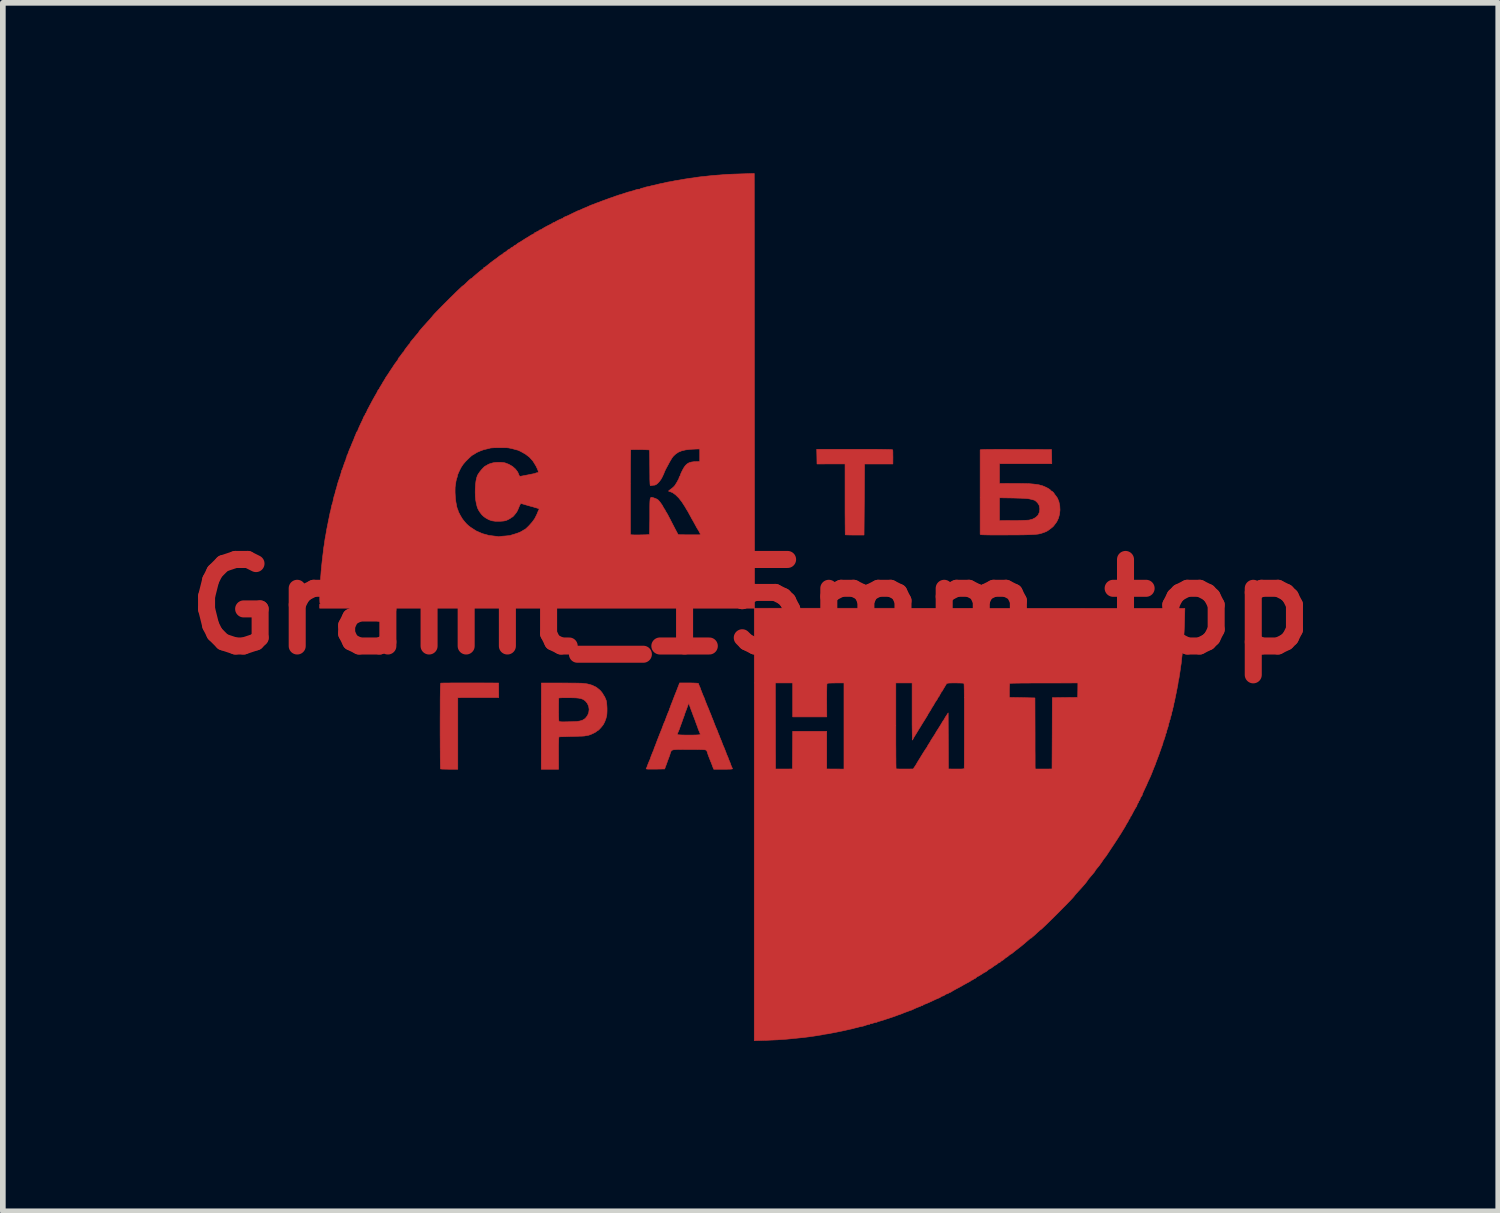
<source format=kicad_pcb>
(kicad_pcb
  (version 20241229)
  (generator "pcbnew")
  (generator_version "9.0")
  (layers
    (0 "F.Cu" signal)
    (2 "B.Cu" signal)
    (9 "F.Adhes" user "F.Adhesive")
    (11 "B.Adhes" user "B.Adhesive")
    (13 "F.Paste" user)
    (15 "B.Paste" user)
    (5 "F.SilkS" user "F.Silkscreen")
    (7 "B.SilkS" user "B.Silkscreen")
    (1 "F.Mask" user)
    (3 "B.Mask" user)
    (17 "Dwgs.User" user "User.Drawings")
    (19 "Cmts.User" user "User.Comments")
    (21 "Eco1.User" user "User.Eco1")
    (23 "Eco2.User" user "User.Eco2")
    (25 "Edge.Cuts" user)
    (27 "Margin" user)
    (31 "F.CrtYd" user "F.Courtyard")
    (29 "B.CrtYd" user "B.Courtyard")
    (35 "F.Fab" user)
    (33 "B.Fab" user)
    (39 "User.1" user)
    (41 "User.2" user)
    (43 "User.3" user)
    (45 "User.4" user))
  (footprint "Granit_15mm_top"
    (layer "F.Cu")
    (at 10.167 7.637)
    (property "Reference" "Granit_15mm_top" (at 0 0 0) (layer "F.Cu") (effects (font (size 1.524 1.524) (thickness 0.3))))
    (attr through_hole)
    (fp_poly (pts (xy -3.791 -6.59) (xy -3.796 -6.585) (xy -3.801 -6.59) (xy -3.796 -6.595) (xy -3.791 -6.59)) (stroke (width 0.01) (type solid)) (fill yes) (layer "F.Cu"))
    (fp_poly (pts (xy 4.958 5.828) (xy 4.953 5.833) (xy 4.948 5.828) (xy 4.953 5.823) (xy 4.958 5.828)) (stroke (width 0.01) (type solid)) (fill yes) (layer "F.Cu"))
    (fp_poly (pts (xy 1.967 -2.775) (xy 2.082 -2.775) (xy 2.181 -2.775) (xy 2.265 -2.774) (xy 2.334 -2.773) (xy 2.389 -2.772) (xy 2.433 -2.771) (xy 2.465 -2.77) (xy 2.487 -2.768) (xy 2.499 -2.766) (xy 2.504 -2.764) (xy 2.504 -2.763) (xy 2.506 -2.75) (xy 2.507 -2.722) (xy 2.507 -2.683) (xy 2.508 -2.637) (xy 2.508 -2.634) (xy 2.507 -2.516) (xy 2.008 -2.516) (xy 2.004 -1.891) (xy 1.999 -1.265) (xy 1.836 -1.265) (xy 1.783 -1.265) (xy 1.736 -1.266) (xy 1.7 -1.267) (xy 1.676 -1.268) (xy 1.669 -1.269) (xy 1.668 -1.279) (xy 1.668 -1.306) (xy 1.667 -1.349) (xy 1.667 -1.406) (xy 1.666 -1.475) (xy 1.666 -1.556) (xy 1.665 -1.646) (xy 1.665 -1.743) (xy 1.665 -1.848) (xy 1.665 -1.895) (xy 1.665 -2.517) (xy 1.418 -2.517) (xy 1.171 -2.516) (xy 1.169 -2.646) (xy 1.166 -2.775) (xy 1.833 -2.775) (xy 1.967 -2.775)) (stroke (width 0.01) (type solid)) (fill yes) (layer "F.Cu"))
    (fp_poly (pts (xy -4.939 1.34) (xy -4.436 1.341) (xy -4.435 1.469) (xy -4.434 1.598) (xy -4.769 1.598) (xy -4.847 1.598) (xy -4.921 1.598) (xy -4.987 1.598) (xy -5.043 1.598) (xy -5.087 1.598) (xy -5.117 1.599) (xy -5.129 1.599) (xy -5.155 1.599) (xy -5.155 2.86) (xy -5.304 2.86) (xy -5.355 2.859) (xy -5.4 2.858) (xy -5.434 2.857) (xy -5.455 2.855) (xy -5.459 2.854) (xy -5.46 2.843) (xy -5.461 2.816) (xy -5.462 2.772) (xy -5.463 2.714) (xy -5.464 2.643) (xy -5.464 2.56) (xy -5.465 2.467) (xy -5.465 2.365) (xy -5.466 2.256) (xy -5.466 2.141) (xy -5.466 2.097) (xy -5.466 1.955) (xy -5.465 1.831) (xy -5.465 1.724) (xy -5.465 1.632) (xy -5.464 1.555) (xy -5.463 1.492) (xy -5.462 1.442) (xy -5.461 1.403) (xy -5.459 1.375) (xy -5.458 1.356) (xy -5.456 1.346) (xy -5.454 1.343) (xy -5.443 1.343) (xy -5.414 1.342) (xy -5.37 1.341) (xy -5.313 1.341) (xy -5.244 1.34) (xy -5.165 1.34) (xy -5.078 1.34) (xy -4.985 1.34) (xy -4.939 1.34)) (stroke (width 0.01) (type solid)) (fill yes) (layer "F.Cu"))
    (fp_poly (pts (xy -3.373 1.341) (xy -3.293 1.342) (xy -3.217 1.342) (xy -3.145 1.343) (xy -3.081 1.343) (xy -3.029 1.344) (xy -2.991 1.345) (xy -2.979 1.345) (xy -2.878 1.356) (xy -2.79 1.38) (xy -2.714 1.417) (xy -2.651 1.469) (xy -2.633 1.488) (xy -2.614 1.512) (xy -2.601 1.531) (xy -2.597 1.538) (xy -2.59 1.553) (xy -2.583 1.562) (xy -2.569 1.583) (xy -2.558 1.608) (xy -2.555 1.618) (xy -2.55 1.629) (xy -2.548 1.632) (xy -2.54 1.653) (xy -2.534 1.689) (xy -2.53 1.734) (xy -2.527 1.784) (xy -2.527 1.835) (xy -2.529 1.881) (xy -2.532 1.911) (xy -2.546 1.967) (xy -2.567 2.024) (xy -2.593 2.074) (xy -2.606 2.091) (xy -2.635 2.127) (xy -2.662 2.156) (xy -2.684 2.176) (xy -2.696 2.183) (xy -2.708 2.187) (xy -2.709 2.191) (xy -2.717 2.199) (xy -2.739 2.212) (xy -2.768 2.227) (xy -2.801 2.242) (xy -2.834 2.255) (xy -2.86 2.263) (xy -2.865 2.263) (xy -2.894 2.268) (xy -2.918 2.273) (xy -2.921 2.274) (xy -2.936 2.275) (xy -2.966 2.277) (xy -3.009 2.278) (xy -3.062 2.28) (xy -3.123 2.282) (xy -3.151 2.282) (xy -3.213 2.284) (xy -3.268 2.286) (xy -3.315 2.287) (xy -3.349 2.288) (xy -3.369 2.29) (xy -3.373 2.29) (xy -3.375 2.3) (xy -3.378 2.329) (xy -3.379 2.374) (xy -3.381 2.437) (xy -3.381 2.515) (xy -3.381 2.576) (xy -3.38 2.86) (xy -3.685 2.86) (xy -3.684 1.887) (xy -3.381 1.887) (xy -3.379 1.947) (xy -3.377 1.989) (xy -3.374 2.012) (xy -3.372 2.017) (xy -3.358 2.022) (xy -3.331 2.025) (xy -3.297 2.026) (xy -3.297 2.026) (xy -3.258 2.025) (xy -3.209 2.024) (xy -3.157 2.023) (xy -3.128 2.022) (xy -3.058 2.019) (xy -3.003 2.01) (xy -2.96 1.997) (xy -2.925 1.976) (xy -2.908 1.963) (xy -2.871 1.916) (xy -2.849 1.863) (xy -2.842 1.807) (xy -2.85 1.751) (xy -2.874 1.699) (xy -2.904 1.662) (xy -2.928 1.642) (xy -2.954 1.627) (xy -2.985 1.616) (xy -3.024 1.608) (xy -3.073 1.603) (xy -3.135 1.601) (xy -3.201 1.6) (xy -3.257 1.6) (xy -3.305 1.6) (xy -3.343 1.602) (xy -3.368 1.604) (xy -3.378 1.606) (xy -3.378 1.606) (xy -3.378 1.617) (xy -3.379 1.644) (xy -3.379 1.685) (xy -3.38 1.735) (xy -3.38 1.792) (xy -3.38 1.81) (xy -3.381 1.887) (xy -3.684 1.887) (xy -3.683 1.341) (xy -3.373 1.341)) (stroke (width 0.01) (type solid)) (fill yes) (layer "F.Cu"))
    (fp_poly (pts (xy 4.448 -2.774) (xy 4.562 -2.773) (xy 4.673 -2.773) (xy 5.301 -2.77) (xy 5.304 -2.646) (xy 5.306 -2.521) (xy 4.384 -2.521) (xy 4.384 -2.173) (xy 4.621 -2.172) (xy 4.689 -2.172) (xy 4.752 -2.172) (xy 4.809 -2.171) (xy 4.855 -2.17) (xy 4.888 -2.169) (xy 4.901 -2.169) (xy 4.942 -2.166) (xy 4.985 -2.162) (xy 5.026 -2.157) (xy 5.06 -2.152) (xy 5.084 -2.148) (xy 5.094 -2.145) (xy 5.094 -2.145) (xy 5.102 -2.142) (xy 5.11 -2.14) (xy 5.142 -2.132) (xy 5.178 -2.117) (xy 5.215 -2.1) (xy 5.248 -2.082) (xy 5.273 -2.065) (xy 5.286 -2.052) (xy 5.287 -2.049) (xy 5.294 -2.042) (xy 5.297 -2.041) (xy 5.31 -2.035) (xy 5.328 -2.02) (xy 5.33 -2.018) (xy 5.344 -2.003) (xy 5.349 -1.995) (xy 5.348 -1.994) (xy 5.35 -1.988) (xy 5.362 -1.974) (xy 5.367 -1.968) (xy 5.405 -1.916) (xy 5.431 -1.852) (xy 5.446 -1.781) (xy 5.45 -1.706) (xy 5.442 -1.631) (xy 5.423 -1.561) (xy 5.393 -1.498) (xy 5.377 -1.476) (xy 5.358 -1.451) (xy 5.343 -1.431) (xy 5.328 -1.413) (xy 5.301 -1.391) (xy 5.269 -1.366) (xy 5.237 -1.343) (xy 5.215 -1.33) (xy 5.19 -1.319) (xy 5.155 -1.306) (xy 5.118 -1.294) (xy 5.086 -1.286) (xy 5.079 -1.284) (xy 5.051 -1.28) (xy 5.018 -1.277) (xy 4.979 -1.274) (xy 4.931 -1.272) (xy 4.874 -1.27) (xy 4.804 -1.268) (xy 4.721 -1.267) (xy 4.623 -1.267) (xy 4.508 -1.266) (xy 4.485 -1.266) (xy 4.382 -1.266) (xy 4.296 -1.266) (xy 4.225 -1.266) (xy 4.169 -1.267) (xy 4.126 -1.268) (xy 4.093 -1.269) (xy 4.07 -1.27) (xy 4.056 -1.273) (xy 4.048 -1.275) (xy 4.045 -1.278) (xy 4.044 -1.279) (xy 4.044 -1.291) (xy 4.044 -1.32) (xy 4.044 -1.364) (xy 4.044 -1.421) (xy 4.044 -1.49) (xy 4.044 -1.519) (xy 4.384 -1.519) (xy 4.621 -1.52) (xy 4.689 -1.52) (xy 4.753 -1.521) (xy 4.811 -1.523) (xy 4.858 -1.525) (xy 4.892 -1.527) (xy 4.906 -1.528) (xy 4.966 -1.544) (xy 5.018 -1.571) (xy 5.058 -1.607) (xy 5.067 -1.62) (xy 5.089 -1.67) (xy 5.095 -1.725) (xy 5.086 -1.778) (xy 5.081 -1.792) (xy 5.062 -1.823) (xy 5.037 -1.851) (xy 5.012 -1.872) (xy 4.995 -1.88) (xy 4.98 -1.884) (xy 4.953 -1.891) (xy 4.93 -1.897) (xy 4.906 -1.902) (xy 4.872 -1.907) (xy 4.827 -1.91) (xy 4.769 -1.913) (xy 4.696 -1.915) (xy 4.631 -1.917) (xy 4.384 -1.921) (xy 4.384 -1.519) (xy 4.044 -1.519) (xy 4.044 -1.57) (xy 4.044 -1.657) (xy 4.044 -1.751) (xy 4.044 -1.85) (xy 4.044 -1.951) (xy 4.044 -2.054) (xy 4.044 -2.156) (xy 4.044 -2.256) (xy 4.044 -2.352) (xy 4.044 -2.442) (xy 4.044 -2.524) (xy 4.044 -2.597) (xy 4.044 -2.659) (xy 4.044 -2.709) (xy 4.044 -2.743) (xy 4.044 -2.761) (xy 4.044 -2.763) (xy 4.048 -2.766) (xy 4.059 -2.768) (xy 4.079 -2.77) (xy 4.109 -2.771) (xy 4.151 -2.772) (xy 4.204 -2.773) (xy 4.27 -2.773) (xy 4.352 -2.774) (xy 4.448 -2.774)) (stroke (width 0.01) (type solid)) (fill yes) (layer "F.Cu"))
    (fp_poly (pts (xy -1.083 1.34) (xy -1.02 1.341) (xy -0.971 1.343) (xy -0.937 1.345) (xy -0.919 1.348) (xy -0.917 1.35) (xy -0.913 1.364) (xy -0.904 1.387) (xy -0.899 1.397) (xy -0.888 1.422) (xy -0.881 1.441) (xy -0.88 1.444) (xy -0.875 1.46) (xy -0.865 1.485) (xy -0.854 1.514) (xy -0.85 1.524) (xy -0.844 1.539) (xy -0.842 1.543) (xy -0.838 1.554) (xy -0.829 1.575) (xy -0.824 1.585) (xy -0.813 1.61) (xy -0.806 1.629) (xy -0.805 1.632) (xy -0.8 1.648) (xy -0.79 1.674) (xy -0.778 1.703) (xy -0.774 1.712) (xy -0.768 1.727) (xy -0.767 1.731) (xy -0.763 1.742) (xy -0.753 1.763) (xy -0.749 1.773) (xy -0.738 1.799) (xy -0.731 1.817) (xy -0.73 1.82) (xy -0.725 1.834) (xy -0.715 1.858) (xy -0.711 1.867) (xy -0.7 1.893) (xy -0.693 1.911) (xy -0.692 1.914) (xy -0.687 1.928) (xy -0.678 1.952) (xy -0.673 1.961) (xy -0.663 1.987) (xy -0.656 2.005) (xy -0.654 2.008) (xy -0.649 2.024) (xy -0.639 2.05) (xy -0.628 2.079) (xy -0.624 2.088) (xy -0.618 2.104) (xy -0.616 2.107) (xy -0.612 2.118) (xy -0.603 2.139) (xy -0.598 2.15) (xy -0.587 2.175) (xy -0.58 2.193) (xy -0.579 2.197) (xy -0.574 2.211) (xy -0.565 2.234) (xy -0.561 2.244) (xy -0.55 2.269) (xy -0.543 2.287) (xy -0.542 2.291) (xy -0.537 2.305) (xy -0.527 2.328) (xy -0.523 2.338) (xy -0.512 2.363) (xy -0.505 2.381) (xy -0.504 2.385) (xy -0.499 2.399) (xy -0.49 2.423) (xy -0.475 2.459) (xy -0.47 2.469) (xy -0.454 2.508) (xy -0.441 2.542) (xy -0.431 2.566) (xy -0.428 2.578) (xy -0.424 2.588) (xy -0.415 2.61) (xy -0.41 2.62) (xy -0.399 2.645) (xy -0.392 2.663) (xy -0.391 2.667) (xy -0.386 2.681) (xy -0.377 2.704) (xy -0.372 2.714) (xy -0.362 2.739) (xy -0.354 2.758) (xy -0.353 2.761) (xy -0.346 2.784) (xy -0.334 2.814) (xy -0.322 2.839) (xy -0.32 2.843) (xy -0.317 2.849) (xy -0.32 2.854) (xy -0.33 2.856) (xy -0.349 2.858) (xy -0.38 2.859) (xy -0.426 2.86) (xy -0.479 2.86) (xy -0.647 2.86) (xy -0.66 2.829) (xy -0.668 2.808) (xy -0.673 2.795) (xy -0.673 2.794) (xy -0.677 2.783) (xy -0.686 2.76) (xy -0.696 2.734) (xy -0.703 2.719) (xy -0.709 2.704) (xy -0.71 2.7) (xy -0.715 2.688) (xy -0.718 2.681) (xy -0.727 2.657) (xy -0.739 2.627) (xy -0.75 2.596) (xy -0.758 2.57) (xy -0.763 2.554) (xy -0.763 2.552) (xy -0.769 2.54) (xy -0.778 2.528) (xy -0.784 2.524) (xy -0.792 2.52) (xy -0.806 2.517) (xy -0.827 2.515) (xy -0.857 2.514) (xy -0.898 2.513) (xy -0.953 2.512) (xy -1.022 2.512) (xy -1.088 2.512) (xy -1.171 2.512) (xy -1.237 2.511) (xy -1.289 2.512) (xy -1.328 2.514) (xy -1.357 2.517) (xy -1.377 2.523) (xy -1.39 2.532) (xy -1.4 2.544) (xy -1.407 2.561) (xy -1.414 2.582) (xy -1.421 2.607) (xy -1.433 2.641) (xy -1.445 2.672) (xy -1.452 2.691) (xy -1.46 2.712) (xy -1.464 2.723) (xy -1.468 2.736) (xy -1.478 2.762) (xy -1.489 2.794) (xy -1.49 2.794) (xy -1.512 2.855) (xy -1.68 2.858) (xy -1.741 2.858) (xy -1.785 2.858) (xy -1.815 2.857) (xy -1.832 2.855) (xy -1.838 2.852) (xy -1.837 2.848) (xy -1.828 2.832) (xy -1.818 2.806) (xy -1.816 2.799) (xy -1.804 2.767) (xy -1.789 2.731) (xy -1.784 2.719) (xy -1.773 2.694) (xy -1.765 2.676) (xy -1.764 2.672) (xy -1.76 2.658) (xy -1.751 2.632) (xy -1.739 2.602) (xy -1.727 2.571) (xy -1.717 2.548) (xy -1.712 2.538) (xy -1.704 2.52) (xy -1.703 2.513) (xy -1.699 2.5) (xy -1.691 2.477) (xy -1.687 2.468) (xy -1.677 2.445) (xy -1.671 2.429) (xy -1.67 2.427) (xy -1.667 2.417) (xy -1.658 2.394) (xy -1.646 2.361) (xy -1.631 2.323) (xy -1.616 2.284) (xy -1.601 2.247) (xy -1.601 2.246) (xy -1.289 2.246) (xy -1.284 2.25) (xy -1.27 2.253) (xy -1.244 2.255) (xy -1.205 2.257) (xy -1.15 2.258) (xy -1.087 2.258) (xy -1.016 2.258) (xy -0.963 2.257) (xy -0.926 2.255) (xy -0.901 2.253) (xy -0.888 2.25) (xy -0.885 2.246) (xy -0.888 2.231) (xy -0.898 2.206) (xy -0.904 2.192) (xy -0.915 2.167) (xy -0.922 2.149) (xy -0.924 2.145) (xy -0.925 2.139) (xy -0.928 2.129) (xy -0.935 2.11) (xy -0.947 2.078) (xy -0.952 2.065) (xy -0.963 2.035) (xy -0.971 2.013) (xy -0.974 2.004) (xy -0.978 1.992) (xy -0.981 1.985) (xy -0.987 1.969) (xy -0.997 1.943) (xy -1.009 1.913) (xy -1.019 1.884) (xy -1.027 1.862) (xy -1.031 1.853) (xy -1.035 1.842) (xy -1.038 1.834) (xy -1.044 1.819) (xy -1.054 1.791) (xy -1.066 1.758) (xy -1.066 1.756) (xy -1.078 1.724) (xy -1.086 1.707) (xy -1.091 1.705) (xy -1.096 1.713) (xy -1.096 1.714) (xy -1.102 1.732) (xy -1.104 1.74) (xy -1.11 1.755) (xy -1.12 1.782) (xy -1.131 1.813) (xy -1.143 1.842) (xy -1.151 1.865) (xy -1.154 1.872) (xy -1.161 1.893) (xy -1.163 1.899) (xy -1.168 1.918) (xy -1.172 1.927) (xy -1.179 1.946) (xy -1.182 1.952) (xy -1.186 1.965) (xy -1.195 1.99) (xy -1.207 2.025) (xy -1.213 2.041) (xy -1.229 2.085) (xy -1.24 2.115) (xy -1.246 2.133) (xy -1.249 2.142) (xy -1.25 2.146) (xy -1.25 2.147) (xy -1.25 2.147) (xy -1.254 2.156) (xy -1.263 2.177) (xy -1.269 2.192) (xy -1.281 2.219) (xy -1.288 2.24) (xy -1.289 2.246) (xy -1.601 2.246) (xy -1.589 2.217) (xy -1.585 2.206) (xy -1.578 2.189) (xy -1.576 2.183) (xy -1.571 2.171) (xy -1.57 2.168) (xy -1.563 2.154) (xy -1.555 2.13) (xy -1.552 2.122) (xy -1.54 2.09) (xy -1.526 2.053) (xy -1.521 2.042) (xy -1.509 2.016) (xy -1.502 1.999) (xy -1.501 1.994) (xy -1.496 1.982) (xy -1.487 1.957) (xy -1.475 1.925) (xy -1.463 1.893) (xy -1.451 1.864) (xy -1.444 1.847) (xy -1.434 1.826) (xy -1.43 1.813) (xy -1.43 1.812) (xy -1.427 1.801) (xy -1.419 1.781) (xy -1.41 1.759) (xy -1.406 1.745) (xy -1.402 1.734) (xy -1.392 1.708) (xy -1.377 1.671) (xy -1.36 1.626) (xy -1.348 1.595) (xy -1.327 1.541) (xy -1.306 1.489) (xy -1.288 1.443) (xy -1.275 1.408) (xy -1.27 1.397) (xy -1.249 1.34) (xy -1.083 1.34)) (stroke (width 0.01) (type solid)) (fill yes) (layer "F.Cu"))
    (fp_poly (pts (xy 0.068 -3.804) (xy 0.071 0.024) (xy 3.786 0.025) (xy 4.051 0.026) (xy 4.31 0.026) (xy 4.565 0.026) (xy 4.813 0.026) (xy 5.056 0.026) (xy 5.291 0.026) (xy 5.518 0.026) (xy 5.737 0.026) (xy 5.947 0.027) (xy 6.148 0.027) (xy 6.338 0.027) (xy 6.517 0.027) (xy 6.684 0.027) (xy 6.839 0.027) (xy 6.981 0.027) (xy 7.11 0.027) (xy 7.224 0.027) (xy 7.324 0.027) (xy 7.408 0.028) (xy 7.476 0.028) (xy 7.527 0.028) (xy 7.56 0.028) (xy 7.575 0.028) (xy 7.575 0.028) (xy 7.649 0.028) (xy 7.644 0.214) (xy 7.642 0.277) (xy 7.64 0.338) (xy 7.638 0.393) (xy 7.636 0.439) (xy 7.634 0.468) (xy 7.631 0.511) (xy 7.627 0.555) (xy 7.625 0.586) (xy 7.621 0.636) (xy 7.616 0.696) (xy 7.61 0.759) (xy 7.604 0.82) (xy 7.598 0.872) (xy 7.595 0.894) (xy 7.591 0.929) (xy 7.588 0.962) (xy 7.587 0.969) (xy 7.584 1.001) (xy 7.579 1.03) (xy 7.574 1.058) (xy 7.57 1.092) (xy 7.569 1.101) (xy 7.565 1.131) (xy 7.561 1.156) (xy 7.56 1.162) (xy 7.557 1.182) (xy 7.552 1.212) (xy 7.55 1.227) (xy 7.546 1.255) (xy 7.541 1.275) (xy 7.54 1.28) (xy 7.536 1.293) (xy 7.532 1.317) (xy 7.531 1.328) (xy 7.527 1.359) (xy 7.522 1.387) (xy 7.521 1.392) (xy 7.515 1.421) (xy 7.512 1.439) (xy 7.506 1.468) (xy 7.502 1.486) (xy 7.497 1.516) (xy 7.493 1.533) (xy 7.487 1.563) (xy 7.484 1.58) (xy 7.477 1.611) (xy 7.47 1.647) (xy 7.466 1.67) (xy 7.46 1.687) (xy 7.459 1.689) (xy 7.455 1.706) (xy 7.455 1.712) (xy 7.453 1.73) (xy 7.446 1.756) (xy 7.445 1.762) (xy 7.438 1.784) (xy 7.436 1.796) (xy 7.437 1.797) (xy 7.436 1.805) (xy 7.431 1.824) (xy 7.427 1.834) (xy 7.42 1.857) (xy 7.417 1.871) (xy 7.418 1.872) (xy 7.417 1.88) (xy 7.411 1.901) (xy 7.404 1.924) (xy 7.395 1.951) (xy 7.391 1.97) (xy 7.391 1.976) (xy 7.391 1.981) (xy 7.385 1.99) (xy 7.378 2.001) (xy 7.379 2.004) (xy 7.379 2.012) (xy 7.374 2.031) (xy 7.371 2.041) (xy 7.363 2.064) (xy 7.361 2.078) (xy 7.361 2.079) (xy 7.36 2.087) (xy 7.354 2.109) (xy 7.344 2.139) (xy 7.342 2.145) (xy 7.332 2.176) (xy 7.326 2.2) (xy 7.325 2.21) (xy 7.325 2.211) (xy 7.325 2.216) (xy 7.321 2.223) (xy 7.312 2.237) (xy 7.31 2.241) (xy 7.309 2.251) (xy 7.307 2.261) (xy 7.305 2.27) (xy 7.298 2.294) (xy 7.295 2.303) (xy 7.287 2.327) (xy 7.284 2.337) (xy 7.276 2.359) (xy 7.271 2.368) (xy 7.264 2.378) (xy 7.266 2.38) (xy 7.266 2.388) (xy 7.261 2.408) (xy 7.252 2.436) (xy 7.241 2.465) (xy 7.237 2.474) (xy 7.23 2.495) (xy 7.229 2.501) (xy 7.223 2.52) (xy 7.219 2.529) (xy 7.212 2.546) (xy 7.21 2.552) (xy 7.206 2.564) (xy 7.202 2.576) (xy 7.201 2.578) (xy 7.197 2.591) (xy 7.197 2.592) (xy 7.192 2.603) (xy 7.187 2.618) (xy 7.184 2.625) (xy 7.178 2.641) (xy 7.168 2.667) (xy 7.157 2.697) (xy 7.146 2.726) (xy 7.138 2.747) (xy 7.135 2.756) (xy 7.131 2.768) (xy 7.123 2.79) (xy 7.112 2.815) (xy 7.105 2.832) (xy 7.099 2.847) (xy 7.098 2.85) (xy 7.093 2.863) (xy 7.084 2.885) (xy 7.075 2.909) (xy 7.068 2.926) (xy 7.062 2.941) (xy 7.06 2.945) (xy 7.053 2.964) (xy 7.039 2.996) (xy 7.02 3.037) (xy 7.012 3.053) (xy 6.999 3.082) (xy 6.989 3.104) (xy 6.985 3.114) (xy 6.981 3.124) (xy 6.971 3.147) (xy 6.956 3.177) (xy 6.953 3.184) (xy 6.928 3.238) (xy 6.91 3.277) (xy 6.901 3.301) (xy 6.898 3.314) (xy 6.898 3.315) (xy 6.894 3.324) (xy 6.885 3.336) (xy 6.866 3.366) (xy 6.858 3.394) (xy 6.851 3.406) (xy 6.842 3.417) (xy 6.833 3.43) (xy 6.834 3.434) (xy 6.835 3.44) (xy 6.828 3.45) (xy 6.815 3.469) (xy 6.806 3.489) (xy 6.804 3.502) (xy 6.804 3.503) (xy 6.801 3.512) (xy 6.794 3.521) (xy 6.783 3.537) (xy 6.767 3.564) (xy 6.745 3.604) (xy 6.716 3.66) (xy 6.71 3.671) (xy 6.698 3.691) (xy 6.688 3.702) (xy 6.683 3.713) (xy 6.684 3.716) (xy 6.682 3.727) (xy 6.674 3.735) (xy 6.663 3.748) (xy 6.66 3.755) (xy 6.656 3.767) (xy 6.644 3.789) (xy 6.635 3.803) (xy 6.62 3.827) (xy 6.611 3.843) (xy 6.609 3.848) (xy 6.604 3.858) (xy 6.592 3.878) (xy 6.585 3.89) (xy 6.568 3.917) (xy 6.554 3.941) (xy 6.55 3.947) (xy 6.523 3.992) (xy 6.493 4.038) (xy 6.46 4.09) (xy 6.42 4.151) (xy 6.383 4.207) (xy 6.352 4.253) (xy 6.324 4.296) (xy 6.301 4.331) (xy 6.285 4.355) (xy 6.278 4.366) (xy 6.264 4.387) (xy 6.25 4.405) (xy 6.231 4.429) (xy 6.213 4.453) (xy 6.19 4.488) (xy 6.174 4.512) (xy 6.161 4.529) (xy 6.15 4.545) (xy 6.148 4.548) (xy 6.13 4.571) (xy 6.107 4.598) (xy 6.099 4.608) (xy 6.081 4.63) (xy 6.07 4.646) (xy 6.068 4.651) (xy 6.062 4.662) (xy 6.047 4.682) (xy 6.032 4.699) (xy 5.994 4.744) (xy 5.962 4.782) (xy 5.939 4.811) (xy 5.928 4.829) (xy 5.927 4.831) (xy 5.917 4.845) (xy 5.896 4.871) (xy 5.864 4.908) (xy 5.823 4.955) (xy 5.773 5.009) (xy 5.766 5.017) (xy 5.738 5.048) (xy 5.714 5.076) (xy 5.699 5.096) (xy 5.694 5.102) (xy 5.685 5.113) (xy 5.665 5.135) (xy 5.635 5.167) (xy 5.596 5.207) (xy 5.552 5.253) (xy 5.502 5.303) (xy 5.45 5.356) (xy 5.396 5.41) (xy 5.342 5.464) (xy 5.29 5.515) (xy 5.242 5.562) (xy 5.199 5.604) (xy 5.163 5.638) (xy 5.136 5.664) (xy 5.119 5.679) (xy 5.114 5.682) (xy 5.105 5.688) (xy 5.086 5.705) (xy 5.059 5.729) (xy 5.041 5.746) (xy 5.012 5.773) (xy 4.986 5.796) (xy 4.968 5.81) (xy 4.963 5.814) (xy 4.95 5.822) (xy 4.928 5.839) (xy 4.902 5.861) (xy 4.847 5.908) (xy 4.804 5.945) (xy 4.77 5.973) (xy 4.741 5.996) (xy 4.716 6.015) (xy 4.709 6.021) (xy 4.676 6.046) (xy 4.643 6.072) (xy 4.629 6.084) (xy 4.607 6.102) (xy 4.59 6.113) (xy 4.585 6.115) (xy 4.574 6.121) (xy 4.555 6.136) (xy 4.547 6.143) (xy 4.527 6.16) (xy 4.512 6.17) (xy 4.509 6.171) (xy 4.498 6.177) (xy 4.48 6.192) (xy 4.471 6.2) (xy 4.451 6.217) (xy 4.436 6.227) (xy 4.433 6.228) (xy 4.421 6.234) (xy 4.407 6.247) (xy 4.391 6.261) (xy 4.379 6.265) (xy 4.364 6.272) (xy 4.355 6.28) (xy 4.336 6.297) (xy 4.323 6.304) (xy 4.305 6.314) (xy 4.279 6.332) (xy 4.262 6.345) (xy 4.237 6.363) (xy 4.217 6.375) (xy 4.209 6.378) (xy 4.196 6.384) (xy 4.181 6.398) (xy 4.16 6.416) (xy 4.144 6.426) (xy 4.133 6.432) (xy 4.12 6.438) (xy 4.102 6.449) (xy 4.076 6.466) (xy 4.047 6.484) (xy 4.023 6.499) (xy 4.004 6.508) (xy 3.999 6.51) (xy 3.988 6.516) (xy 3.975 6.529) (xy 3.958 6.543) (xy 3.946 6.548) (xy 3.931 6.554) (xy 3.923 6.562) (xy 3.91 6.571) (xy 3.904 6.571) (xy 3.893 6.574) (xy 3.885 6.581) (xy 3.869 6.594) (xy 3.844 6.608) (xy 3.839 6.611) (xy 3.811 6.625) (xy 3.777 6.644) (xy 3.758 6.654) (xy 3.728 6.672) (xy 3.688 6.694) (xy 3.645 6.717) (xy 3.631 6.724) (xy 3.595 6.744) (xy 3.563 6.762) (xy 3.541 6.776) (xy 3.535 6.78) (xy 3.522 6.789) (xy 3.518 6.787) (xy 3.513 6.787) (xy 3.502 6.794) (xy 3.482 6.807) (xy 3.462 6.816) (xy 3.449 6.818) (xy 3.449 6.818) (xy 3.44 6.821) (xy 3.428 6.831) (xy 3.408 6.844) (xy 3.387 6.854) (xy 3.374 6.856) (xy 3.373 6.855) (xy 3.365 6.859) (xy 3.352 6.869) (xy 3.329 6.884) (xy 3.311 6.891) (xy 3.294 6.898) (xy 3.263 6.911) (xy 3.225 6.929) (xy 3.189 6.946) (xy 3.148 6.965) (xy 3.112 6.981) (xy 3.085 6.992) (xy 3.072 6.996) (xy 3.05 7.005) (xy 3.037 7.015) (xy 3.024 7.024) (xy 3.02 7.023) (xy 3.014 7.021) (xy 3.008 7.025) (xy 2.992 7.034) (xy 2.966 7.044) (xy 2.961 7.046) (xy 2.932 7.057) (xy 2.897 7.072) (xy 2.881 7.08) (xy 2.855 7.092) (xy 2.836 7.101) (xy 2.83 7.103) (xy 2.817 7.106) (xy 2.797 7.114) (xy 2.776 7.122) (xy 2.763 7.126) (xy 2.752 7.131) (xy 2.74 7.135) (xy 2.726 7.14) (xy 2.703 7.149) (xy 2.676 7.16) (xy 2.662 7.166) (xy 2.646 7.172) (xy 2.641 7.174) (xy 2.629 7.178) (xy 2.617 7.182) (xy 2.615 7.183) (xy 2.602 7.187) (xy 2.601 7.187) (xy 2.589 7.192) (xy 2.575 7.197) (xy 2.568 7.2) (xy 2.549 7.207) (xy 2.519 7.218) (xy 2.479 7.231) (xy 2.435 7.246) (xy 2.388 7.261) (xy 2.344 7.276) (xy 2.304 7.288) (xy 2.273 7.297) (xy 2.253 7.302) (xy 2.248 7.303) (xy 2.243 7.304) (xy 2.234 7.31) (xy 2.223 7.317) (xy 2.22 7.316) (xy 2.212 7.316) (xy 2.191 7.321) (xy 2.168 7.328) (xy 2.141 7.337) (xy 2.122 7.341) (xy 2.117 7.341) (xy 2.111 7.341) (xy 2.103 7.347) (xy 2.091 7.354) (xy 2.088 7.354) (xy 2.08 7.353) (xy 2.06 7.359) (xy 2.039 7.365) (xy 2.011 7.375) (xy 1.99 7.382) (xy 1.983 7.383) (xy 1.973 7.386) (xy 1.963 7.388) (xy 1.947 7.391) (xy 1.914 7.398) (xy 1.898 7.402) (xy 1.896 7.404) (xy 1.888 7.406) (xy 1.872 7.41) (xy 1.839 7.417) (xy 1.823 7.421) (xy 1.82 7.422) (xy 1.816 7.424) (xy 1.802 7.428) (xy 1.773 7.434) (xy 1.769 7.435) (xy 1.745 7.44) (xy 1.714 7.447) (xy 1.698 7.451) (xy 1.657 7.46) (xy 1.626 7.467) (xy 1.597 7.473) (xy 1.59 7.474) (xy 1.561 7.48) (xy 1.543 7.484) (xy 1.514 7.49) (xy 1.496 7.493) (xy 1.446 7.503) (xy 1.409 7.51) (xy 1.402 7.512) (xy 1.377 7.517) (xy 1.345 7.521) (xy 1.341 7.522) (xy 1.31 7.526) (xy 1.283 7.531) (xy 1.279 7.532) (xy 1.252 7.538) (xy 1.228 7.542) (xy 1.198 7.546) (xy 1.176 7.55) (xy 1.151 7.554) (xy 1.12 7.559) (xy 1.115 7.56) (xy 1.08 7.564) (xy 1.047 7.569) (xy 1.044 7.57) (xy 0.989 7.577) (xy 0.923 7.585) (xy 0.853 7.592) (xy 0.804 7.597) (xy 0.765 7.6) (xy 0.725 7.605) (xy 0.706 7.607) (xy 0.673 7.61) (xy 0.632 7.614) (xy 0.597 7.616) (xy 0.553 7.619) (xy 0.506 7.622) (xy 0.475 7.625) (xy 0.447 7.626) (xy 0.405 7.628) (xy 0.352 7.63) (xy 0.294 7.633) (xy 0.242 7.634) (xy 0.066 7.64) (xy 0.066 1.34) (xy 0.437 1.34) (xy 0.439 2.098) (xy 0.439 2.215) (xy 0.439 2.327) (xy 0.439 2.432) (xy 0.439 2.529) (xy 0.44 2.616) (xy 0.44 2.692) (xy 0.44 2.755) (xy 0.44 2.804) (xy 0.441 2.837) (xy 0.441 2.854) (xy 0.441 2.856) (xy 0.45 2.856) (xy 0.475 2.856) (xy 0.512 2.856) (xy 0.559 2.856) (xy 0.59 2.856) (xy 0.738 2.855) (xy 0.743 2.192) (xy 1.342 2.192) (xy 1.342 2.855) (xy 1.494 2.856) (xy 1.646 2.857) (xy 1.646 1.34) (xy 2.559 1.34) (xy 2.559 2.094) (xy 2.559 2.211) (xy 2.559 2.323) (xy 2.559 2.428) (xy 2.56 2.525) (xy 2.56 2.612) (xy 2.561 2.687) (xy 2.561 2.751) (xy 2.562 2.8) (xy 2.563 2.834) (xy 2.563 2.851) (xy 2.564 2.852) (xy 2.574 2.854) (xy 2.601 2.855) (xy 2.639 2.856) (xy 2.686 2.856) (xy 2.716 2.856) (xy 2.864 2.855) (xy 2.89 2.818) (xy 2.908 2.791) (xy 2.922 2.768) (xy 2.926 2.761) (xy 2.938 2.739) (xy 2.952 2.717) (xy 2.964 2.697) (xy 2.983 2.667) (xy 3.004 2.632) (xy 3.009 2.624) (xy 3.046 2.564) (xy 3.075 2.519) (xy 3.096 2.488) (xy 3.104 2.477) (xy 3.113 2.463) (xy 3.114 2.459) (xy 3.119 2.449) (xy 3.131 2.428) (xy 3.142 2.412) (xy 3.158 2.387) (xy 3.168 2.37) (xy 3.17 2.365) (xy 3.175 2.356) (xy 3.188 2.335) (xy 3.207 2.306) (xy 3.217 2.29) (xy 3.238 2.258) (xy 3.254 2.232) (xy 3.263 2.217) (xy 3.264 2.214) (xy 3.269 2.205) (xy 3.282 2.184) (xy 3.301 2.155) (xy 3.309 2.142) (xy 3.332 2.106) (xy 3.353 2.072) (xy 3.369 2.046) (xy 3.371 2.041) (xy 3.386 2.016) (xy 3.4 1.996) (xy 3.402 1.994) (xy 3.412 1.979) (xy 3.415 1.973) (xy 3.42 1.963) (xy 3.432 1.942) (xy 3.448 1.918) (xy 3.481 1.868) (xy 3.483 2.362) (xy 3.485 2.855) (xy 3.624 2.856) (xy 3.685 2.856) (xy 3.727 2.855) (xy 3.753 2.852) (xy 3.764 2.848) (xy 3.764 2.847) (xy 3.764 2.836) (xy 3.764 2.808) (xy 3.765 2.764) (xy 3.765 2.705) (xy 3.765 2.633) (xy 3.765 2.55) (xy 3.766 2.457) (xy 3.766 2.355) (xy 3.766 2.245) (xy 3.766 2.13) (xy 3.766 2.095) (xy 3.766 1.942) (xy 3.766 1.805) (xy 3.766 1.686) (xy 3.765 1.585) (xy 3.764 1.501) (xy 3.764 1.474) (xy 4.558 1.474) (xy 4.558 1.595) (xy 4.784 1.599) (xy 5.009 1.604) (xy 5.011 2.227) (xy 5.011 2.334) (xy 5.011 2.435) (xy 5.011 2.528) (xy 5.012 2.613) (xy 5.012 2.688) (xy 5.012 2.75) (xy 5.012 2.8) (xy 5.013 2.834) (xy 5.013 2.852) (xy 5.013 2.854) (xy 5.022 2.855) (xy 5.047 2.856) (xy 5.084 2.856) (xy 5.131 2.856) (xy 5.162 2.856) (xy 5.31 2.855) (xy 5.313 2.227) (xy 5.315 1.6) (xy 5.539 1.597) (xy 5.762 1.595) (xy 5.764 1.468) (xy 5.765 1.34) (xy 5.171 1.341) (xy 5.067 1.341) (xy 4.968 1.341) (xy 4.877 1.342) (xy 4.794 1.342) (xy 4.722 1.343) (xy 4.661 1.344) (xy 4.614 1.345) (xy 4.583 1.346) (xy 4.568 1.347) (xy 4.567 1.347) (xy 4.563 1.358) (xy 4.561 1.386) (xy 4.559 1.426) (xy 4.558 1.474) (xy 3.764 1.474) (xy 3.763 1.435) (xy 3.762 1.387) (xy 3.76 1.357) (xy 3.758 1.346) (xy 3.758 1.346) (xy 3.746 1.344) (xy 3.718 1.342) (xy 3.679 1.341) (xy 3.631 1.34) (xy 3.604 1.34) (xy 3.549 1.34) (xy 3.509 1.341) (xy 3.483 1.343) (xy 3.466 1.346) (xy 3.456 1.351) (xy 3.45 1.357) (xy 3.449 1.359) (xy 3.437 1.379) (xy 3.421 1.406) (xy 3.415 1.416) (xy 3.397 1.445) (xy 3.382 1.472) (xy 3.378 1.479) (xy 3.366 1.497) (xy 3.356 1.505) (xy 3.356 1.505) (xy 3.352 1.511) (xy 3.353 1.514) (xy 3.351 1.526) (xy 3.344 1.533) (xy 3.332 1.549) (xy 3.33 1.556) (xy 3.324 1.571) (xy 3.311 1.588) (xy 3.299 1.602) (xy 3.297 1.609) (xy 3.297 1.609) (xy 3.295 1.616) (xy 3.284 1.634) (xy 3.269 1.656) (xy 3.252 1.681) (xy 3.24 1.701) (xy 3.236 1.708) (xy 3.231 1.719) (xy 3.219 1.739) (xy 3.208 1.756) (xy 3.192 1.78) (xy 3.182 1.798) (xy 3.18 1.803) (xy 3.175 1.813) (xy 3.162 1.833) (xy 3.151 1.85) (xy 3.136 1.874) (xy 3.125 1.891) (xy 3.123 1.897) (xy 3.119 1.906) (xy 3.106 1.928) (xy 3.088 1.956) (xy 3.083 1.965) (xy 3.063 1.997) (xy 3.045 2.026) (xy 3.033 2.044) (xy 3.032 2.046) (xy 3.022 2.063) (xy 3.005 2.09) (xy 2.985 2.124) (xy 2.977 2.135) (xy 2.956 2.17) (xy 2.938 2.2) (xy 2.925 2.221) (xy 2.923 2.225) (xy 2.911 2.244) (xy 2.894 2.271) (xy 2.886 2.284) (xy 2.871 2.309) (xy 2.862 2.327) (xy 2.86 2.333) (xy 2.853 2.345) (xy 2.853 2.346) (xy 2.851 2.337) (xy 2.85 2.312) (xy 2.849 2.271) (xy 2.848 2.217) (xy 2.847 2.15) (xy 2.846 2.073) (xy 2.846 1.988) (xy 2.846 1.895) (xy 2.846 1.845) (xy 2.846 1.34) (xy 2.559 1.34) (xy 1.646 1.34) (xy 1.646 1.34) (xy 1.499 1.34) (xy 1.443 1.341) (xy 1.403 1.342) (xy 1.376 1.343) (xy 1.359 1.346) (xy 1.35 1.351) (xy 1.346 1.357) (xy 1.345 1.37) (xy 1.344 1.399) (xy 1.343 1.443) (xy 1.342 1.498) (xy 1.342 1.561) (xy 1.341 1.631) (xy 1.342 1.655) (xy 1.343 1.938) (xy 0.743 1.938) (xy 0.743 1.34) (xy 0.437 1.34) (xy 0.066 1.34) (xy 0.066 0.024) (xy -3.761 0.024) (xy -7.588 0.024) (xy -7.589 -0.016) (xy -7.588 -0.042) (xy -7.583 -0.051) (xy -7.579 -0.05) (xy -7.573 -0.048) (xy -7.578 -0.057) (xy -7.583 -0.073) (xy -7.585 -0.101) (xy -7.586 -0.137) (xy -7.586 -0.141) (xy -7.585 -0.188) (xy -7.583 -0.244) (xy -7.58 -0.305) (xy -7.578 -0.368) (xy -7.575 -0.427) (xy -7.572 -0.48) (xy -7.57 -0.521) (xy -7.568 -0.541) (xy -7.565 -0.578) (xy -7.562 -0.622) (xy -7.56 -0.644) (xy -7.554 -0.707) (xy -7.546 -0.782) (xy -7.537 -0.863) (xy -7.53 -0.922) (xy -7.525 -0.959) (xy -7.522 -0.995) (xy -7.521 -1.002) (xy -7.517 -1.033) (xy -7.513 -1.06) (xy -7.512 -1.063) (xy -7.508 -1.087) (xy -7.503 -1.119) (xy -7.502 -1.129) (xy -7.497 -1.166) (xy -7.492 -1.2) (xy -7.485 -1.237) (xy -7.481 -1.258) (xy -7.476 -1.287) (xy -7.474 -1.298) (xy -7.469 -1.329) (xy -7.465 -1.354) (xy -7.464 -1.359) (xy -7.459 -1.384) (xy -7.455 -1.402) (xy -7.45 -1.431) (xy -7.446 -1.449) (xy -7.44 -1.478) (xy -7.437 -1.496) (xy -7.431 -1.525) (xy -7.427 -1.543) (xy -7.421 -1.572) (xy -7.418 -1.59) (xy -7.41 -1.627) (xy -7.405 -1.652) (xy -7.401 -1.669) (xy -7.399 -1.675) (xy -7.393 -1.695) (xy -7.387 -1.724) (xy -7.38 -1.761) (xy -7.373 -1.791) (xy -7.366 -1.811) (xy -7.357 -1.84) (xy -7.352 -1.861) (xy -7.345 -1.9) (xy -7.338 -1.928) (xy -7.332 -1.952) (xy -7.328 -1.961) (xy -7.32 -1.988) (xy -7.314 -2.009) (xy -7.31 -2.028) (xy -7.302 -2.057) (xy -7.3 -2.065) (xy -5.203 -2.065) (xy -5.203 -2.013) (xy -5.2 -1.959) (xy -5.197 -1.907) (xy -5.191 -1.862) (xy -5.189 -1.849) (xy -5.18 -1.801) (xy -5.174 -1.768) (xy -5.168 -1.745) (xy -5.164 -1.73) (xy -5.159 -1.719) (xy -5.156 -1.713) (xy -5.149 -1.698) (xy -5.15 -1.693) (xy -5.149 -1.686) (xy -5.14 -1.667) (xy -5.126 -1.64) (xy -5.11 -1.609) (xy -5.092 -1.579) (xy -5.077 -1.554) (xy -5.068 -1.541) (xy -5.032 -1.496) (xy -5.001 -1.461) (xy -4.969 -1.431) (xy -4.93 -1.401) (xy -4.831 -1.337) (xy -4.723 -1.29) (xy -4.607 -1.258) (xy -4.52 -1.247) (xy -4.485 -1.243) (xy -4.457 -1.24) (xy -4.443 -1.237) (xy -4.441 -1.236) (xy -4.432 -1.236) (xy -4.421 -1.238) (xy -4.395 -1.241) (xy -4.359 -1.245) (xy -4.338 -1.246) (xy -4.293 -1.25) (xy -4.263 -1.253) (xy -4.243 -1.255) (xy -4.229 -1.258) (xy -4.217 -1.262) (xy -4.215 -1.263) (xy -4.199 -1.268) (xy -4.188 -1.271) (xy -2.115 -1.271) (xy -2.085 -1.268) (xy -2.062 -1.267) (xy -2.026 -1.266) (xy -1.983 -1.266) (xy -1.936 -1.267) (xy -1.889 -1.268) (xy -1.846 -1.269) (xy -1.811 -1.271) (xy -1.788 -1.273) (xy -1.78 -1.274) (xy -1.779 -1.284) (xy -1.778 -1.311) (xy -1.777 -1.353) (xy -1.776 -1.406) (xy -1.775 -1.47) (xy -1.774 -1.541) (xy -1.774 -1.602) (xy -1.774 -1.691) (xy -1.774 -1.763) (xy -1.773 -1.82) (xy -1.771 -1.863) (xy -1.768 -1.893) (xy -1.763 -1.914) (xy -1.755 -1.925) (xy -1.744 -1.929) (xy -1.73 -1.927) (xy -1.712 -1.922) (xy -1.69 -1.914) (xy -1.684 -1.912) (xy -1.65 -1.898) (xy -1.624 -1.88) (xy -1.598 -1.85) (xy -1.597 -1.849) (xy -1.576 -1.82) (xy -1.559 -1.796) (xy -1.551 -1.783) (xy -1.528 -1.74) (xy -1.506 -1.708) (xy -1.499 -1.697) (xy -1.502 -1.693) (xy -1.503 -1.689) (xy -1.498 -1.686) (xy -1.489 -1.675) (xy -1.474 -1.651) (xy -1.455 -1.618) (xy -1.442 -1.592) (xy -1.419 -1.549) (xy -1.392 -1.496) (xy -1.363 -1.44) (xy -1.337 -1.39) (xy -1.315 -1.348) (xy -1.296 -1.313) (xy -1.282 -1.286) (xy -1.275 -1.273) (xy -1.274 -1.272) (xy -1.265 -1.271) (xy -1.24 -1.27) (xy -1.203 -1.27) (xy -1.157 -1.269) (xy -1.106 -1.269) (xy -1.053 -1.269) (xy -1.002 -1.269) (xy -0.955 -1.269) (xy -0.917 -1.269) (xy -0.902 -1.269) (xy -0.877 -1.27) (xy -0.898 -1.312) (xy -0.912 -1.339) (xy -0.925 -1.36) (xy -0.929 -1.366) (xy -0.938 -1.38) (xy -0.953 -1.406) (xy -0.968 -1.435) (xy -0.987 -1.469) (xy -1.005 -1.502) (xy -1.016 -1.521) (xy -1.031 -1.546) (xy -1.049 -1.58) (xy -1.063 -1.606) (xy -1.08 -1.636) (xy -1.093 -1.662) (xy -1.101 -1.675) (xy -1.109 -1.689) (xy -1.125 -1.714) (xy -1.144 -1.747) (xy -1.154 -1.764) (xy -1.209 -1.849) (xy -1.264 -1.919) (xy -1.319 -1.973) (xy -1.373 -2.012) (xy -1.425 -2.032) (xy -1.435 -2.034) (xy -1.443 -2.038) (xy -1.439 -2.045) (xy -1.421 -2.059) (xy -1.411 -2.067) (xy -1.381 -2.089) (xy -1.354 -2.113) (xy -1.344 -2.123) (xy -1.33 -2.14) (xy -1.314 -2.166) (xy -1.295 -2.196) (xy -1.279 -2.226) (xy -1.265 -2.252) (xy -1.257 -2.27) (xy -1.257 -2.277) (xy -1.257 -2.282) (xy -1.25 -2.292) (xy -1.239 -2.31) (xy -1.236 -2.319) (xy -1.229 -2.341) (xy -1.214 -2.374) (xy -1.195 -2.412) (xy -1.175 -2.448) (xy -1.155 -2.477) (xy -1.144 -2.491) (xy -1.115 -2.518) (xy -1.083 -2.537) (xy -1.045 -2.549) (xy -0.997 -2.556) (xy -0.938 -2.558) (xy -0.894 -2.559) (xy -0.894 -2.781) (xy -0.967 -2.779) (xy -1.063 -2.774) (xy -1.144 -2.764) (xy -1.211 -2.748) (xy -1.268 -2.725) (xy -1.315 -2.694) (xy -1.357 -2.655) (xy -1.37 -2.639) (xy -1.385 -2.618) (xy -1.405 -2.585) (xy -1.428 -2.545) (xy -1.452 -2.5) (xy -1.476 -2.456) (xy -1.497 -2.416) (xy -1.512 -2.383) (xy -1.521 -2.362) (xy -1.522 -2.359) (xy -1.526 -2.347) (xy -1.537 -2.324) (xy -1.551 -2.293) (xy -1.553 -2.289) (xy -1.576 -2.247) (xy -1.604 -2.209) (xy -1.634 -2.176) (xy -1.662 -2.154) (xy -1.685 -2.144) (xy -1.686 -2.144) (xy -1.71 -2.142) (xy -1.741 -2.137) (xy -1.761 -2.133) (xy -1.765 -2.136) (xy -1.767 -2.147) (xy -1.77 -2.168) (xy -1.771 -2.2) (xy -1.773 -2.244) (xy -1.773 -2.304) (xy -1.774 -2.379) (xy -1.774 -2.442) (xy -1.775 -2.517) (xy -1.775 -2.586) (xy -1.776 -2.647) (xy -1.777 -2.697) (xy -1.778 -2.734) (xy -1.78 -2.757) (xy -1.78 -2.762) (xy -1.79 -2.764) (xy -1.816 -2.766) (xy -1.852 -2.767) (xy -1.896 -2.769) (xy -1.944 -2.769) (xy -1.992 -2.77) (xy -2.037 -2.77) (xy -2.074 -2.769) (xy -2.1 -2.768) (xy -2.109 -2.767) (xy -2.11 -2.758) (xy -2.111 -2.731) (xy -2.111 -2.688) (xy -2.112 -2.631) (xy -2.113 -2.56) (xy -2.114 -2.478) (xy -2.114 -2.386) (xy -2.114 -2.284) (xy -2.115 -2.175) (xy -2.115 -2.06) (xy -2.115 -2.018) (xy -2.115 -1.271) (xy -4.188 -1.271) (xy -4.171 -1.276) (xy -4.136 -1.287) (xy -4.13 -1.289) (xy -4.089 -1.303) (xy -4.049 -1.32) (xy -4.019 -1.337) (xy -4.019 -1.337) (xy -3.995 -1.352) (xy -3.977 -1.362) (xy -3.972 -1.364) (xy -3.963 -1.37) (xy -3.944 -1.387) (xy -3.918 -1.412) (xy -3.898 -1.432) (xy -3.844 -1.493) (xy -3.802 -1.551) (xy -3.769 -1.615) (xy -3.753 -1.651) (xy -3.741 -1.682) (xy -3.729 -1.706) (xy -3.723 -1.718) (xy -3.726 -1.727) (xy -3.748 -1.736) (xy -3.76 -1.74) (xy -3.79 -1.748) (xy -3.813 -1.755) (xy -3.819 -1.757) (xy -3.838 -1.763) (xy -3.843 -1.764) (xy -3.87 -1.771) (xy -3.905 -1.781) (xy -3.944 -1.792) (xy -3.981 -1.803) (xy -4.012 -1.812) (xy -4.032 -1.818) (xy -4.036 -1.82) (xy -4.046 -1.819) (xy -4.055 -1.807) (xy -4.067 -1.782) (xy -4.078 -1.756) (xy -4.093 -1.719) (xy -4.109 -1.685) (xy -4.123 -1.662) (xy -4.124 -1.661) (xy -4.153 -1.624) (xy -4.173 -1.601) (xy -4.186 -1.587) (xy -4.195 -1.581) (xy -4.201 -1.58) (xy -4.213 -1.576) (xy -4.215 -1.572) (xy -4.222 -1.564) (xy -4.243 -1.551) (xy -4.269 -1.537) (xy -4.297 -1.524) (xy -4.323 -1.516) (xy -4.354 -1.511) (xy -4.394 -1.508) (xy -4.419 -1.507) (xy -4.493 -1.507) (xy -4.554 -1.516) (xy -4.609 -1.535) (xy -4.662 -1.565) (xy -4.696 -1.589) (xy -4.73 -1.621) (xy -4.763 -1.663) (xy -4.791 -1.707) (xy -4.81 -1.748) (xy -4.812 -1.757) (xy -4.817 -1.774) (xy -4.824 -1.803) (xy -4.831 -1.834) (xy -4.84 -1.885) (xy -4.846 -1.947) (xy -4.848 -2.016) (xy -4.847 -2.087) (xy -4.842 -2.155) (xy -4.835 -2.215) (xy -4.825 -2.263) (xy -4.821 -2.277) (xy -4.816 -2.292) (xy -4.815 -2.295) (xy -4.808 -2.316) (xy -4.791 -2.344) (xy -4.768 -2.377) (xy -4.741 -2.411) (xy -4.713 -2.442) (xy -4.688 -2.467) (xy -4.668 -2.481) (xy -4.661 -2.484) (xy -4.646 -2.49) (xy -4.639 -2.496) (xy -4.621 -2.508) (xy -4.585 -2.522) (xy -4.532 -2.537) (xy -4.53 -2.537) (xy -4.498 -2.542) (xy -4.454 -2.545) (xy -4.407 -2.545) (xy -4.363 -2.542) (xy -4.33 -2.537) (xy -4.327 -2.537) (xy -4.256 -2.51) (xy -4.192 -2.473) (xy -4.139 -2.426) (xy -4.1 -2.374) (xy -4.085 -2.34) (xy -4.075 -2.314) (xy -4.065 -2.301) (xy -4.053 -2.299) (xy -4.041 -2.301) (xy -4.009 -2.307) (xy -3.988 -2.311) (xy -3.969 -2.314) (xy -3.951 -2.318) (xy -3.925 -2.323) (xy -3.905 -2.327) (xy -3.904 -2.327) (xy -3.886 -2.331) (xy -3.859 -2.336) (xy -3.857 -2.337) (xy -3.83 -2.342) (xy -3.809 -2.346) (xy -3.808 -2.346) (xy -3.79 -2.351) (xy -3.785 -2.355) (xy -3.772 -2.36) (xy -3.756 -2.361) (xy -3.742 -2.364) (xy -3.737 -2.374) (xy -3.739 -2.393) (xy -3.751 -2.423) (xy -3.771 -2.467) (xy -3.78 -2.484) (xy -3.831 -2.567) (xy -3.894 -2.637) (xy -3.967 -2.692) (xy -3.97 -2.693) (xy -4.008 -2.715) (xy -4.046 -2.736) (xy -4.079 -2.752) (xy -4.102 -2.761) (xy -4.106 -2.762) (xy -4.12 -2.765) (xy -4.146 -2.772) (xy -4.174 -2.78) (xy -4.21 -2.789) (xy -4.239 -2.795) (xy -4.264 -2.8) (xy -4.292 -2.802) (xy -4.326 -2.803) (xy -4.371 -2.803) (xy -4.407 -2.803) (xy -4.47 -2.803) (xy -4.516 -2.802) (xy -4.549 -2.8) (xy -4.573 -2.798) (xy -4.589 -2.795) (xy -4.6 -2.791) (xy -4.62 -2.786) (xy -4.643 -2.781) (xy -4.701 -2.767) (xy -4.76 -2.745) (xy -4.792 -2.731) (xy -4.813 -2.722) (xy -4.829 -2.713) (xy -4.847 -2.702) (xy -4.85 -2.7) (xy -4.873 -2.685) (xy -4.891 -2.675) (xy -4.892 -2.675) (xy -4.911 -2.663) (xy -4.916 -2.658) (xy -4.929 -2.646) (xy -4.95 -2.627) (xy -4.963 -2.614) (xy -5.017 -2.561) (xy -5.059 -2.512) (xy -5.093 -2.462) (xy -5.114 -2.422) (xy -5.14 -2.368) (xy -5.157 -2.327) (xy -5.163 -2.3) (xy -5.164 -2.295) (xy -5.166 -2.284) (xy -5.174 -2.264) (xy -5.174 -2.263) (xy -5.182 -2.234) (xy -5.189 -2.201) (xy -5.189 -2.197) (xy -5.193 -2.167) (xy -5.198 -2.141) (xy -5.198 -2.137) (xy -5.202 -2.108) (xy -5.203 -2.065) (xy -7.3 -2.065) (xy -7.295 -2.079) (xy -7.286 -2.111) (xy -7.279 -2.138) (xy -7.276 -2.15) (xy -7.272 -2.166) (xy -7.263 -2.195) (xy -7.25 -2.234) (xy -7.235 -2.278) (xy -7.235 -2.279) (xy -7.221 -2.321) (xy -7.211 -2.356) (xy -7.204 -2.38) (xy -7.203 -2.389) (xy -7.203 -2.389) (xy -7.203 -2.395) (xy -7.199 -2.401) (xy -7.192 -2.415) (xy -7.181 -2.442) (xy -7.169 -2.477) (xy -7.164 -2.493) (xy -7.151 -2.53) (xy -7.139 -2.561) (xy -7.131 -2.581) (xy -7.128 -2.585) (xy -7.123 -2.595) (xy -7.125 -2.596) (xy -7.126 -2.604) (xy -7.118 -2.621) (xy -7.117 -2.625) (xy -7.109 -2.643) (xy -7.108 -2.653) (xy -7.108 -2.653) (xy -7.109 -2.659) (xy -7.105 -2.665) (xy -7.096 -2.681) (xy -7.086 -2.706) (xy -7.084 -2.714) (xy -7.072 -2.747) (xy -7.057 -2.783) (xy -7.052 -2.794) (xy -7.041 -2.819) (xy -7.033 -2.837) (xy -7.032 -2.841) (xy -7.026 -2.857) (xy -7.014 -2.886) (xy -6.998 -2.923) (xy -6.987 -2.948) (xy -6.981 -2.965) (xy -6.98 -2.968) (xy -6.977 -2.979) (xy -6.967 -3.001) (xy -6.96 -3.018) (xy -6.949 -3.043) (xy -6.944 -3.06) (xy -6.944 -3.063) (xy -6.941 -3.07) (xy -6.932 -3.082) (xy -6.92 -3.097) (xy -6.916 -3.104) (xy -6.912 -3.12) (xy -6.9 -3.149) (xy -6.882 -3.189) (xy -6.86 -3.236) (xy -6.844 -3.269) (xy -6.832 -3.295) (xy -6.825 -3.31) (xy -6.824 -3.311) (xy -6.818 -3.331) (xy -6.806 -3.354) (xy -6.795 -3.37) (xy -6.793 -3.372) (xy -6.786 -3.383) (xy -6.787 -3.387) (xy -6.786 -3.398) (xy -6.782 -3.401) (xy -6.772 -3.413) (xy -6.761 -3.434) (xy -6.752 -3.456) (xy -6.75 -3.462) (xy -6.745 -3.473) (xy -6.74 -3.481) (xy -6.732 -3.495) (xy -6.718 -3.522) (xy -6.701 -3.555) (xy -6.695 -3.565) (xy -6.658 -3.635) (xy -6.619 -3.705) (xy -6.588 -3.758) (xy -6.575 -3.782) (xy -6.566 -3.803) (xy -6.556 -3.821) (xy -6.547 -3.829) (xy -6.54 -3.834) (xy -6.54 -3.836) (xy -6.537 -3.847) (xy -6.525 -3.868) (xy -6.515 -3.885) (xy -6.499 -3.91) (xy -6.489 -3.927) (xy -6.486 -3.932) (xy -6.481 -3.942) (xy -6.469 -3.963) (xy -6.458 -3.979) (xy -6.443 -4.004) (xy -6.433 -4.021) (xy -6.43 -4.026) (xy -6.425 -4.037) (xy -6.413 -4.054) (xy -6.413 -4.055) (xy -6.401 -4.072) (xy -6.381 -4.101) (xy -6.358 -4.137) (xy -6.338 -4.168) (xy -6.304 -4.218) (xy -6.279 -4.257) (xy -6.258 -4.287) (xy -6.239 -4.312) (xy -6.221 -4.337) (xy -6.22 -4.337) (xy -6.208 -4.355) (xy -6.204 -4.364) (xy -6.205 -4.365) (xy -6.204 -4.371) (xy -6.193 -4.386) (xy -6.189 -4.391) (xy -6.168 -4.416) (xy -6.147 -4.446) (xy -6.142 -4.452) (xy -6.127 -4.473) (xy -6.115 -4.486) (xy -6.112 -4.487) (xy -6.106 -4.495) (xy -6.105 -4.497) (xy -6.1 -4.508) (xy -6.086 -4.53) (xy -6.066 -4.557) (xy -6.044 -4.586) (xy -6.023 -4.613) (xy -6.006 -4.632) (xy -5.998 -4.64) (xy -5.993 -4.646) (xy -5.996 -4.647) (xy -5.995 -4.653) (xy -5.983 -4.67) (xy -5.968 -4.688) (xy -5.945 -4.715) (xy -5.925 -4.738) (xy -5.917 -4.749) (xy -5.901 -4.768) (xy -5.88 -4.793) (xy -5.872 -4.802) (xy -5.854 -4.822) (xy -5.844 -4.837) (xy -5.842 -4.841) (xy -5.836 -4.851) (xy -5.819 -4.872) (xy -5.792 -4.903) (xy -5.758 -4.942) (xy -5.718 -4.986) (xy -5.683 -5.025) (xy -5.653 -5.057) (xy -5.626 -5.089) (xy -5.605 -5.113) (xy -5.6 -5.12) (xy -5.586 -5.137) (xy -5.562 -5.164) (xy -5.528 -5.199) (xy -5.487 -5.241) (xy -5.441 -5.288) (xy -5.391 -5.339) (xy -5.339 -5.391) (xy -5.287 -5.443) (xy -5.236 -5.492) (xy -5.189 -5.539) (xy -5.147 -5.579) (xy -5.111 -5.613) (xy -5.085 -5.638) (xy -5.068 -5.652) (xy -5.064 -5.654) (xy -5.054 -5.661) (xy -5.035 -5.677) (xy -5.009 -5.702) (xy -4.991 -5.72) (xy -4.962 -5.748) (xy -4.937 -5.77) (xy -4.919 -5.783) (xy -4.914 -5.785) (xy -4.901 -5.791) (xy -4.9 -5.793) (xy -4.891 -5.803) (xy -4.871 -5.821) (xy -4.843 -5.845) (xy -4.811 -5.872) (xy -4.778 -5.9) (xy -4.748 -5.924) (xy -4.723 -5.943) (xy -4.707 -5.954) (xy -4.704 -5.955) (xy -4.698 -5.961) (xy -4.699 -5.964) (xy -4.698 -5.973) (xy -4.694 -5.974) (xy -4.681 -5.979) (xy -4.66 -5.994) (xy -4.644 -6.007) (xy -4.585 -6.055) (xy -4.528 -6.098) (xy -4.492 -6.124) (xy -4.461 -6.146) (xy -4.431 -6.17) (xy -4.426 -6.174) (xy -4.405 -6.19) (xy -4.39 -6.199) (xy -4.387 -6.199) (xy -4.375 -6.206) (xy -4.358 -6.221) (xy -4.356 -6.223) (xy -4.338 -6.239) (xy -4.324 -6.246) (xy -4.323 -6.247) (xy -4.309 -6.253) (xy -4.291 -6.268) (xy -4.29 -6.27) (xy -4.272 -6.286) (xy -4.258 -6.293) (xy -4.257 -6.294) (xy -4.243 -6.3) (xy -4.229 -6.312) (xy -4.212 -6.326) (xy -4.2 -6.331) (xy -4.186 -6.338) (xy -4.172 -6.35) (xy -4.155 -6.364) (xy -4.144 -6.369) (xy -4.129 -6.375) (xy -4.12 -6.384) (xy -4.1 -6.4) (xy -4.088 -6.408) (xy -4.071 -6.417) (xy -4.044 -6.433) (xy -4.013 -6.453) (xy -4.012 -6.454) (xy -3.982 -6.473) (xy -3.957 -6.489) (xy -3.942 -6.498) (xy -3.942 -6.498) (xy -3.925 -6.507) (xy -3.902 -6.522) (xy -3.895 -6.527) (xy -3.864 -6.546) (xy -3.829 -6.564) (xy -3.823 -6.567) (xy -3.797 -6.581) (xy -3.777 -6.595) (xy -3.773 -6.599) (xy -3.757 -6.611) (xy -3.749 -6.613) (xy -3.733 -6.62) (xy -3.725 -6.627) (xy -3.713 -6.637) (xy -3.708 -6.638) (xy -3.697 -6.64) (xy -3.677 -6.651) (xy -3.664 -6.659) (xy -3.637 -6.676) (xy -3.601 -6.696) (xy -3.561 -6.717) (xy -3.554 -6.72) (xy -3.52 -6.737) (xy -3.493 -6.752) (xy -3.478 -6.763) (xy -3.475 -6.765) (xy -3.465 -6.77) (xy -3.462 -6.769) (xy -3.45 -6.77) (xy -3.448 -6.773) (xy -3.437 -6.781) (xy -3.414 -6.794) (xy -3.385 -6.809) (xy -3.355 -6.823) (xy -3.329 -6.834) (xy -3.312 -6.839) (xy -3.311 -6.839) (xy -3.302 -6.845) (xy -3.302 -6.847) (xy -3.294 -6.854) (xy -3.276 -6.865) (xy -3.253 -6.875) (xy -3.236 -6.881) (xy -3.226 -6.885) (xy -3.203 -6.896) (xy -3.17 -6.912) (xy -3.132 -6.931) (xy -3.092 -6.95) (xy -3.059 -6.966) (xy -3.035 -6.977) (xy -3.025 -6.98) (xy -3.014 -6.984) (xy -2.991 -6.993) (xy -2.975 -7.001) (xy -2.949 -7.013) (xy -2.931 -7.021) (xy -2.926 -7.023) (xy -2.912 -7.028) (xy -2.882 -7.041) (xy -2.835 -7.062) (xy -2.832 -7.064) (xy -2.809 -7.074) (xy -2.793 -7.079) (xy -2.792 -7.08) (xy -2.78 -7.084) (xy -2.768 -7.088) (xy -2.755 -7.093) (xy -2.734 -7.102) (xy -2.733 -7.102) (xy -2.709 -7.112) (xy -2.691 -7.118) (xy -2.671 -7.124) (xy -2.658 -7.13) (xy -2.639 -7.138) (xy -2.609 -7.149) (xy -2.582 -7.159) (xy -2.55 -7.17) (xy -2.524 -7.18) (xy -2.512 -7.184) (xy -2.495 -7.191) (xy -2.491 -7.192) (xy -2.479 -7.197) (xy -2.466 -7.201) (xy -2.465 -7.201) (xy -2.451 -7.206) (xy -2.451 -7.206) (xy -2.438 -7.21) (xy -2.437 -7.211) (xy -2.423 -7.215) (xy -2.422 -7.215) (xy -2.411 -7.22) (xy -2.397 -7.225) (xy -2.388 -7.229) (xy -2.367 -7.236) (xy -2.36 -7.238) (xy -2.34 -7.244) (xy -2.331 -7.248) (xy -2.308 -7.256) (xy -2.298 -7.258) (xy -2.283 -7.261) (xy -2.279 -7.263) (xy -2.269 -7.267) (xy -2.267 -7.267) (xy -2.254 -7.272) (xy -2.253 -7.272) (xy -2.241 -7.276) (xy -2.239 -7.277) (xy -2.226 -7.281) (xy -2.225 -7.281) (xy -2.212 -7.286) (xy -2.211 -7.286) (xy -2.197 -7.29) (xy -2.197 -7.291) (xy -2.184 -7.295) (xy -2.183 -7.295) (xy -2.169 -7.3) (xy -2.168 -7.3) (xy -2.157 -7.304) (xy -2.134 -7.309) (xy -2.102 -7.318) (xy -2.07 -7.327) (xy -2.045 -7.335) (xy -2.037 -7.338) (xy -2.015 -7.345) (xy -1.99 -7.352) (xy -1.967 -7.355) (xy -1.954 -7.355) (xy -1.954 -7.355) (xy -1.945 -7.358) (xy -1.935 -7.365) (xy -1.922 -7.373) (xy -1.919 -7.372) (xy -1.911 -7.372) (xy -1.892 -7.377) (xy -1.881 -7.38) (xy -1.857 -7.388) (xy -1.841 -7.393) (xy -1.839 -7.394) (xy -1.832 -7.395) (xy -1.822 -7.397) (xy -1.806 -7.4) (xy -1.773 -7.407) (xy -1.757 -7.412) (xy -1.754 -7.413) (xy -1.746 -7.415) (xy -1.731 -7.418) (xy -1.71 -7.423) (xy -1.677 -7.43) (xy -1.646 -7.438) (xy -1.612 -7.446) (xy -1.583 -7.453) (xy -1.566 -7.456) (xy -1.527 -7.464) (xy -1.502 -7.47) (xy -1.488 -7.473) (xy -1.468 -7.478) (xy -1.441 -7.483) (xy -1.439 -7.483) (xy -1.409 -7.488) (xy -1.377 -7.494) (xy -1.336 -7.503) (xy -1.31 -7.507) (xy -1.279 -7.512) (xy -1.279 -7.512) (xy -1.238 -7.519) (xy -1.193 -7.527) (xy -1.169 -7.531) (xy -1.147 -7.535) (xy -1.113 -7.54) (xy -1.077 -7.546) (xy -1.047 -7.55) (xy -1.045 -7.55) (xy -1.012 -7.554) (xy -0.979 -7.559) (xy -0.956 -7.563) (xy -0.928 -7.567) (xy -0.892 -7.572) (xy -0.846 -7.577) (xy -0.786 -7.583) (xy -0.743 -7.588) (xy -0.703 -7.592) (xy -0.666 -7.596) (xy -0.626 -7.599) (xy -0.577 -7.603) (xy -0.546 -7.605) (xy -0.501 -7.609) (xy -0.458 -7.612) (xy -0.423 -7.615) (xy -0.419 -7.615) (xy -0.396 -7.617) (xy -0.357 -7.618) (xy -0.307 -7.62) (xy -0.248 -7.622) (xy -0.184 -7.624) (xy -0.153 -7.625) (xy 0.066 -7.632) (xy 0.068 -3.804)) (stroke (width 0.01) (type solid)) (fill yes) (layer "F.Cu")))
  (gr_rect
    (start -3 -3)
    (end 23.335 18.282)
    (stroke (width 0.1) (type default))
    (fill no)
    (layer "Edge.Cuts")))
</source>
